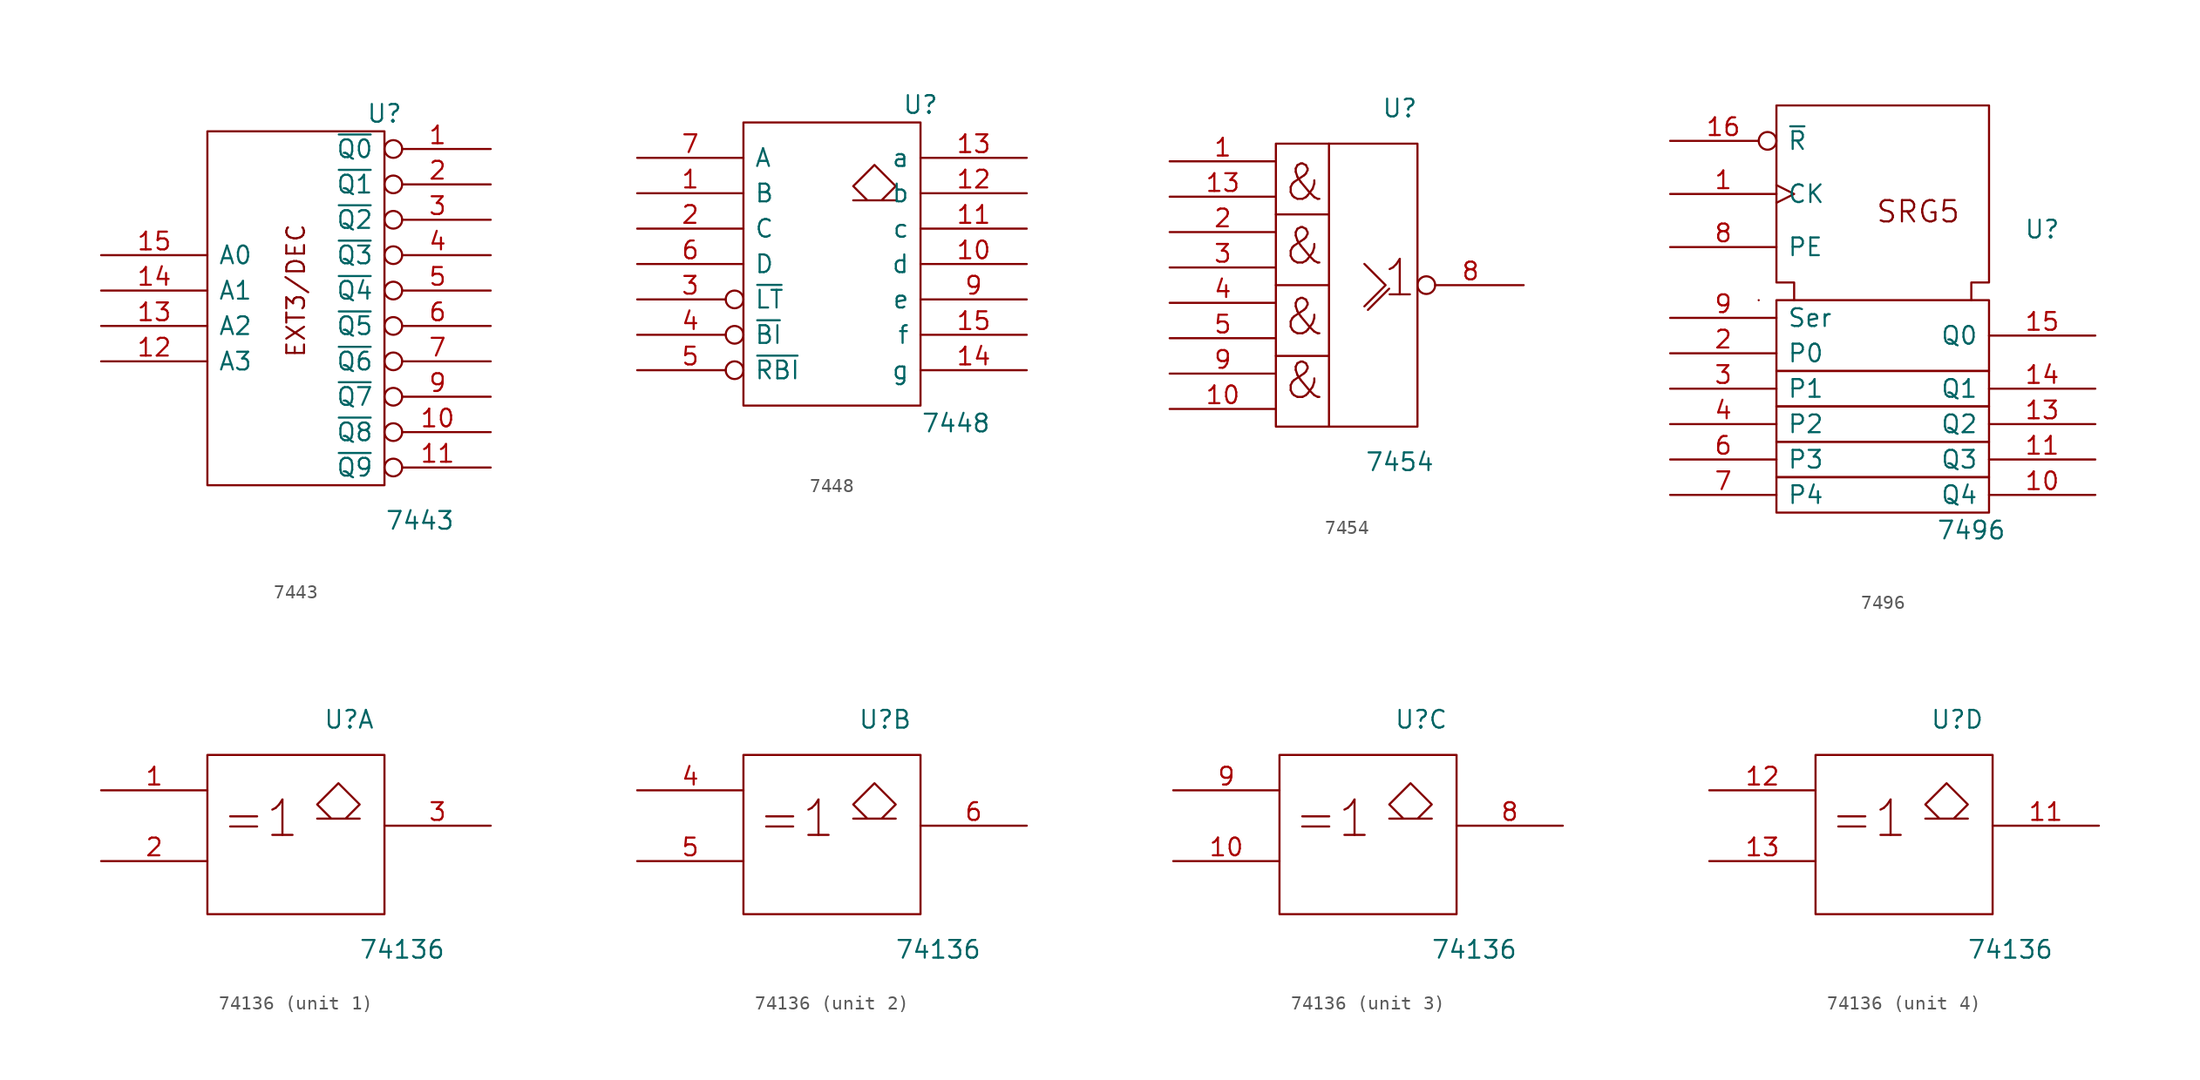
<source format=kicad_sym>
(kicad_symbol_lib
  (version 20201005)
  (generator kicad_symbol_editor)
  (symbol "7443"
    (pin_names
      (offset 0.762))
    (property "Reference" "U"
      (at 6.35 13.97 0)
      (effects (font (size 1.27 1.27))))
    (property "Value" "7443"
      (at 8.89 -15.24 0)
      (effects (font (size 1.27 1.27))))
    (symbol "7443_0_0"
      (text "EXT3/DEC" (at 0 1.27 900) (effects (font (size 1.27 1.27))))
      (rectangle (start -6.35 12.7) (end 6.35 -12.7) (stroke (width 0)) (fill (type none)))
      (pin power_in line (at 0 12.7 270) (length 0) hide (name "VCC" (effects (font (size 1.27 1.27)))) (number "16" (effects (font (size 1.27 1.27)))))
      (pin power_in line (at 0 -12.7 90) (length 0) hide (name "GND" (effects (font (size 1.27 1.27)))) (number "8" (effects (font (size 1.27 1.27))))))
    (symbol "7443_1_1"
      (pin output inverted (at 13.97 -11.43 180) (length 7.62) (name "~Q9" (effects (font (size 1.27 1.27)))) (number "11" (effects (font (size 1.27 1.27)))))
      (pin output inverted (at 13.97 -8.89 180) (length 7.62) (name "~Q8" (effects (font (size 1.27 1.27)))) (number "10" (effects (font (size 1.27 1.27)))))
      (pin output inverted (at 13.97 -6.35 180) (length 7.62) (name "~Q7" (effects (font (size 1.27 1.27)))) (number "9" (effects (font (size 1.27 1.27)))))
      (pin output inverted (at 13.97 -3.81 180) (length 7.62) (name "~Q6" (effects (font (size 1.27 1.27)))) (number "7" (effects (font (size 1.27 1.27)))))
      (pin output inverted (at 13.97 -1.27 180) (length 7.62) (name "~Q5" (effects (font (size 1.27 1.27)))) (number "6" (effects (font (size 1.27 1.27)))))
      (pin output inverted (at 13.97 1.27 180) (length 7.62) (name "~Q4" (effects (font (size 1.27 1.27)))) (number "5" (effects (font (size 1.27 1.27)))))
      (pin output inverted (at 13.97 3.81 180) (length 7.62) (name "~Q3" (effects (font (size 1.27 1.27)))) (number "4" (effects (font (size 1.27 1.27)))))
      (pin output inverted (at 13.97 6.35 180) (length 7.62) (name "~Q2" (effects (font (size 1.27 1.27)))) (number "3" (effects (font (size 1.27 1.27)))))
      (pin output inverted (at 13.97 8.89 180) (length 7.62) (name "~Q1" (effects (font (size 1.27 1.27)))) (number "2" (effects (font (size 1.27 1.27)))))
      (pin output inverted (at 13.97 11.43 180) (length 7.62) (name "~Q0" (effects (font (size 1.27 1.27)))) (number "1" (effects (font (size 1.27 1.27)))))
      (pin input line (at -13.97 -3.81 0) (length 7.62) (name "A3" (effects (font (size 1.27 1.27)))) (number "12" (effects (font (size 1.27 1.27)))))
      (pin input line (at -13.97 -1.27 0) (length 7.62) (name "A2" (effects (font (size 1.27 1.27)))) (number "13" (effects (font (size 1.27 1.27)))))
      (pin input line (at -13.97 1.27 0) (length 7.62) (name "A1" (effects (font (size 1.27 1.27)))) (number "14" (effects (font (size 1.27 1.27)))))
      (pin input line (at -13.97 3.81 0) (length 7.62) (name "A0" (effects (font (size 1.27 1.27)))) (number "15" (effects (font (size 1.27 1.27)))))))
  (symbol "7448"
    (pin_names
      (offset 0.762))
    (property "Reference" "U"
      (at 6.35 11.43 0)
      (effects (font (size 1.27 1.27))))
    (property "Value" "7448"
      (at 8.89 -11.43 0)
      (effects (font (size 1.27 1.27))))
    (symbol "7448_0_0"
      (rectangle (start -6.35 10.16) (end 6.35 -10.16) (stroke (width 0)) (fill (type none)))
      (polyline (pts (xy 3.556 4.572) (xy 4.572 5.588) (xy 3.048 7.112) (xy 1.524 5.588) (xy 2.54 4.572) (xy 1.524 4.572) (xy 4.572 4.572) (xy 4.572 4.572)) (stroke (width 0)) (fill (type none)))
      (pin power_in line (at 0 10.16 270) (length 0) hide (name "VCC" (effects (font (size 1.27 1.27)))) (number "16" (effects (font (size 1.27 1.27)))))
      (pin power_in line (at 0 -10.16 90) (length 0) hide (name "GND" (effects (font (size 1.27 1.27)))) (number "8" (effects (font (size 1.27 1.27))))))
    (symbol "7448_1_1"
      (pin open_collector line (at 13.97 -7.62 180) (length 7.62) (name "g" (effects (font (size 1.27 1.27)))) (number "14" (effects (font (size 1.27 1.27)))))
      (pin open_collector line (at 13.97 -5.08 180) (length 7.62) (name "f" (effects (font (size 1.27 1.27)))) (number "15" (effects (font (size 1.27 1.27)))))
      (pin open_collector line (at 13.97 -2.54 180) (length 7.62) (name "e" (effects (font (size 1.27 1.27)))) (number "9" (effects (font (size 1.27 1.27)))))
      (pin open_collector line (at 13.97 0 180) (length 7.62) (name "d" (effects (font (size 1.27 1.27)))) (number "10" (effects (font (size 1.27 1.27)))))
      (pin open_collector line (at 13.97 2.54 180) (length 7.62) (name "c" (effects (font (size 1.27 1.27)))) (number "11" (effects (font (size 1.27 1.27)))))
      (pin open_collector line (at 13.97 5.08 180) (length 7.62) (name "b" (effects (font (size 1.27 1.27)))) (number "12" (effects (font (size 1.27 1.27)))))
      (pin open_collector line (at 13.97 7.62 180) (length 7.62) (name "a" (effects (font (size 1.27 1.27)))) (number "13" (effects (font (size 1.27 1.27)))))
      (pin input inverted (at -13.97 -7.62 0) (length 7.62) (name "~RBI" (effects (font (size 1.27 1.27)))) (number "5" (effects (font (size 1.27 1.27)))))
      (pin input inverted (at -13.97 -5.08 0) (length 7.62) (name "~BI" (effects (font (size 1.27 1.27)))) (number "4" (effects (font (size 1.27 1.27)))))
      (pin input inverted (at -13.97 -2.54 0) (length 7.62) (name "~LT" (effects (font (size 1.27 1.27)))) (number "3" (effects (font (size 1.27 1.27)))))
      (pin input line (at -13.97 0 0) (length 7.62) (name "D" (effects (font (size 1.27 1.27)))) (number "6" (effects (font (size 1.27 1.27)))))
      (pin input line (at -13.97 2.54 0) (length 7.62) (name "C" (effects (font (size 1.27 1.27)))) (number "2" (effects (font (size 1.27 1.27)))))
      (pin input line (at -13.97 5.08 0) (length 7.62) (name "B" (effects (font (size 1.27 1.27)))) (number "1" (effects (font (size 1.27 1.27)))))
      (pin input line (at -13.97 7.62 0) (length 7.62) (name "A" (effects (font (size 1.27 1.27)))) (number "7" (effects (font (size 1.27 1.27)))))))
  (symbol "7454"
    (pin_names
      (offset 0.762))
    (property "Reference" "U"
      (at 3.81 12.7 0)
      (effects (font (size 1.27 1.27))))
    (property "Value" "7454"
      (at 3.81 -12.7 0)
      (effects (font (size 1.27 1.27))))
    (symbol "7454_0_0"
      (text "&" (at -3.048 7.366 0) (effects (font (size 2.54 2.54))))
      (text "&" (at -3.048 2.794 0) (effects (font (size 2.54 2.54))))
      (text "1" (at 3.81 0.508 0) (effects (font (size 2.54 2.54))))
      (text "&" (at -3.048 -6.858 0) (effects (font (size 2.54 2.54))))
      (text "&" (at -3.048 -2.286 0) (effects (font (size 2.54 2.54))))
      (polyline (pts (xy 1.27 1.524) (xy 2.794 0) (xy 1.27 -1.524) (xy 1.27 -1.524)) (stroke (width 0)) (fill (type none)))
      (polyline (pts (xy 1.524 -1.778) (xy 3.048 -0.254) (xy 3.048 -0.254)) (stroke (width 0)) (fill (type none)))
      (pin power_in line (at 0 10.16 270) (length 0) hide (name "VCC" (effects (font (size 1.27 1.27)))) (number "14" (effects (font (size 1.27 1.27))))))
    (symbol "7454_0_1"
      (rectangle (start -5.08 10.16) (end 5.08 -10.16) (stroke (width 0)) (fill (type none)))
      (polyline (pts (xy -1.27 10.16) (xy -1.27 5.08) (xy -5.08 5.08) (xy -1.27 5.08) (xy -1.27 0) (xy -5.08 0) (xy -1.27 0) (xy -1.27 -5.08) (xy -5.08 -5.08) (xy -1.27 -5.08) (xy -1.27 -10.16) (xy -1.27 -10.16)) (stroke (width 0)) (fill (type none)))
      (pin power_in line (at 0 -10.16 90) (length 0) hide (name "GND" (effects (font (size 1.27 1.27)))) (number "7" (effects (font (size 1.27 1.27))))))
    (symbol "7454_1_1"
      (pin output inverted (at 12.7 0 180) (length 7.62) (name "~" (effects (font (size 1.27 1.27)))) (number "8" (effects (font (size 1.27 1.27)))))
      (pin input line (at -12.7 -8.89 0) (length 7.62) (name "~" (effects (font (size 1.27 1.27)))) (number "10" (effects (font (size 1.27 1.27)))))
      (pin input line (at -12.7 -6.35 0) (length 7.62) (name "~" (effects (font (size 1.27 1.27)))) (number "9" (effects (font (size 1.27 1.27)))))
      (pin input line (at -12.7 -3.81 0) (length 7.62) (name "~" (effects (font (size 1.27 1.27)))) (number "5" (effects (font (size 1.27 1.27)))))
      (pin input line (at -12.7 -1.27 0) (length 7.62) (name "~" (effects (font (size 1.27 1.27)))) (number "4" (effects (font (size 1.27 1.27)))))
      (pin input line (at -12.7 1.27 0) (length 7.62) (name "~" (effects (font (size 1.27 1.27)))) (number "3" (effects (font (size 1.27 1.27)))))
      (pin input line (at -12.7 3.81 0) (length 7.62) (name "~" (effects (font (size 1.27 1.27)))) (number "2" (effects (font (size 1.27 1.27)))))
      (pin input line (at -12.7 6.35 0) (length 7.62) (name "~" (effects (font (size 1.27 1.27)))) (number "13" (effects (font (size 1.27 1.27)))))
      (pin input line (at -12.7 8.89 0) (length 7.62) (name "~" (effects (font (size 1.27 1.27)))) (number "1" (effects (font (size 1.27 1.27)))))))
  (symbol "7496"
    (pin_names
      (offset 0.762))
    (property "Reference" "U"
      (at 11.43 5.08 0)
      (effects (font (size 1.27 1.27))))
    (property "Value" "7496"
      (at 6.35 -16.51 0)
      (effects (font (size 1.27 1.27))))
    (symbol "7496_0_0"
      (text "SRG5" (at 2.54 6.35 0) (effects (font (size 1.524 1.524))))
      (polyline (pts (xy -8.89 0) (xy -8.89 0)) (stroke (width 0)) (fill (type none)))
      (pin power_in line (at 0 13.97 270) (length 0) hide (name "GND" (effects (font (size 1.27 1.27)))) (number "12" (effects (font (size 1.27 1.27)))))
      (pin power_in line (at 5.08 13.97 270) (length 0) hide (name "VCC" (effects (font (size 1.27 1.27)))) (number "5" (effects (font (size 1.27 1.27))))))
    (symbol "7496_0_1"
      (rectangle (start -7.62 -10.16) (end 7.62 -12.7) (stroke (width 0)) (fill (type none)))
      (rectangle (start -7.62 0) (end 7.62 -5.08) (stroke (width 0)) (fill (type none)))
      (rectangle (start -7.62 -7.62) (end 7.62 -10.16) (stroke (width 0)) (fill (type none)))
      (rectangle (start -7.62 -5.08) (end 7.62 -7.62) (stroke (width 0)) (fill (type none)))
      (rectangle (start -7.62 -12.7) (end 7.62 -15.24) (stroke (width 0)) (fill (type none)))
      (polyline (pts (xy -6.35 0) (xy -6.35 1.27) (xy -7.62 1.27) (xy -7.62 13.97) (xy 7.62 13.97) (xy 7.62 1.27) (xy 6.35 1.27) (xy 6.35 0) (xy 6.35 0)) (stroke (width 0)) (fill (type none))))
    (symbol "7496_1_1"
      (pin output line (at 15.24 -13.97 180) (length 7.62) (name "Q4" (effects (font (size 1.27 1.27)))) (number "10" (effects (font (size 1.27 1.27)))))
      (pin output line (at 15.24 -11.43 180) (length 7.62) (name "Q3" (effects (font (size 1.27 1.27)))) (number "11" (effects (font (size 1.27 1.27)))))
      (pin output line (at 15.24 -8.89 180) (length 7.62) (name "Q2" (effects (font (size 1.27 1.27)))) (number "13" (effects (font (size 1.27 1.27)))))
      (pin output line (at 15.24 -6.35 180) (length 7.62) (name "Q1" (effects (font (size 1.27 1.27)))) (number "14" (effects (font (size 1.27 1.27)))))
      (pin output line (at 15.24 -2.54 180) (length 7.62) (name "Q0" (effects (font (size 1.27 1.27)))) (number "15" (effects (font (size 1.27 1.27)))))
      (pin input line (at -15.24 -13.97 0) (length 7.62) (name "P4" (effects (font (size 1.27 1.27)))) (number "7" (effects (font (size 1.27 1.27)))))
      (pin input line (at -15.24 -11.43 0) (length 7.62) (name "P3" (effects (font (size 1.27 1.27)))) (number "6" (effects (font (size 1.27 1.27)))))
      (pin input line (at -15.24 -8.89 0) (length 7.62) (name "P2" (effects (font (size 1.27 1.27)))) (number "4" (effects (font (size 1.27 1.27)))))
      (pin input line (at -15.24 -6.35 0) (length 7.62) (name "P1" (effects (font (size 1.27 1.27)))) (number "3" (effects (font (size 1.27 1.27)))))
      (pin input line (at -15.24 -3.81 0) (length 7.62) (name "P0" (effects (font (size 1.27 1.27)))) (number "2" (effects (font (size 1.27 1.27)))))
      (pin input line (at -15.24 -1.27 0) (length 7.62) (name "Ser" (effects (font (size 1.27 1.27)))) (number "9" (effects (font (size 1.27 1.27)))))
      (pin input line (at -15.24 3.81 0) (length 7.62) (name "PE" (effects (font (size 1.27 1.27)))) (number "8" (effects (font (size 1.27 1.27)))))
      (pin input clock (at -15.24 7.62 0) (length 7.62) (name "CK" (effects (font (size 1.27 1.27)))) (number "1" (effects (font (size 1.27 1.27)))))
      (pin input inverted (at -15.24 11.43 0) (length 7.62) (name "~R" (effects (font (size 1.27 1.27)))) (number "16" (effects (font (size 1.27 1.27)))))))
  (symbol "74136"
    (pin_names
      (offset 0.762))
    (property "Reference" "U"
      (at 3.81 7.62 0)
      (effects (font (size 1.27 1.27))))
    (property "Value" "74136"
      (at 7.62 -8.89 0)
      (effects (font (size 1.27 1.27))))
    (symbol "74136_0_1"
      (text "=1" (at -2.54 0.508 0) (effects (font (size 2.54 2.54))))
      (rectangle (start -6.35 5.08) (end 6.35 -6.35) (stroke (width 0)) (fill (type none)))
      (polyline (pts (xy 3.556 0.508) (xy 4.572 1.524) (xy 3.048 3.048) (xy 1.524 1.524) (xy 2.54 0.508) (xy 1.524 0.508) (xy 4.572 0.508) (xy 4.572 0.508)) (stroke (width 0)) (fill (type none)))
      (pin power_in line (at 0 5.08 270) (length 0) hide (name "Vcc" (effects (font (size 1.27 1.27)))) (number "14" (effects (font (size 1.27 1.27)))))
      (pin power_in line (at 0 -6.35 90) (length 0) hide (name "Gnd" (effects (font (size 1.27 1.27)))) (number "7" (effects (font (size 1.27 1.27))))))
    (symbol "74136_1_1"
      (pin open_collector line (at 13.97 0 180) (length 7.62) (name "~" (effects (font (size 1.27 1.27)))) (number "3" (effects (font (size 1.27 1.27)))))
      (pin input line (at -13.97 -2.54 0) (length 7.62) (name "~" (effects (font (size 1.27 1.27)))) (number "2" (effects (font (size 1.27 1.27)))))
      (pin input line (at -13.97 2.54 0) (length 7.62) (name "~" (effects (font (size 1.27 1.27)))) (number "1" (effects (font (size 1.27 1.27))))))
    (symbol "74136_2_1"
      (pin open_collector line (at 13.97 0 180) (length 7.62) (name "~" (effects (font (size 1.27 1.27)))) (number "6" (effects (font (size 1.27 1.27)))))
      (pin input line (at -13.97 -2.54 0) (length 7.62) (name "~" (effects (font (size 1.27 1.27)))) (number "5" (effects (font (size 1.27 1.27)))))
      (pin input line (at -13.97 2.54 0) (length 7.62) (name "~" (effects (font (size 1.27 1.27)))) (number "4" (effects (font (size 1.27 1.27))))))
    (symbol "74136_3_1"
      (pin open_collector line (at 13.97 0 180) (length 7.62) (name "~" (effects (font (size 1.27 1.27)))) (number "8" (effects (font (size 1.27 1.27)))))
      (pin input line (at -13.97 -2.54 0) (length 7.62) (name "~" (effects (font (size 1.27 1.27)))) (number "10" (effects (font (size 1.27 1.27)))))
      (pin input line (at -13.97 2.54 0) (length 7.62) (name "~" (effects (font (size 1.27 1.27)))) (number "9" (effects (font (size 1.27 1.27))))))
    (symbol "74136_4_1"
      (pin open_collector line (at 13.97 0 180) (length 7.62) (name "~" (effects (font (size 1.27 1.27)))) (number "11" (effects (font (size 1.27 1.27)))))
      (pin input line (at -13.97 -2.54 0) (length 7.62) (name "~" (effects (font (size 1.27 1.27)))) (number "13" (effects (font (size 1.27 1.27)))))
      (pin input line (at -13.97 2.54 0) (length 7.62) (name "~" (effects (font (size 1.27 1.27)))) (number "12" (effects (font (size 1.27 1.27))))))))
</source>
